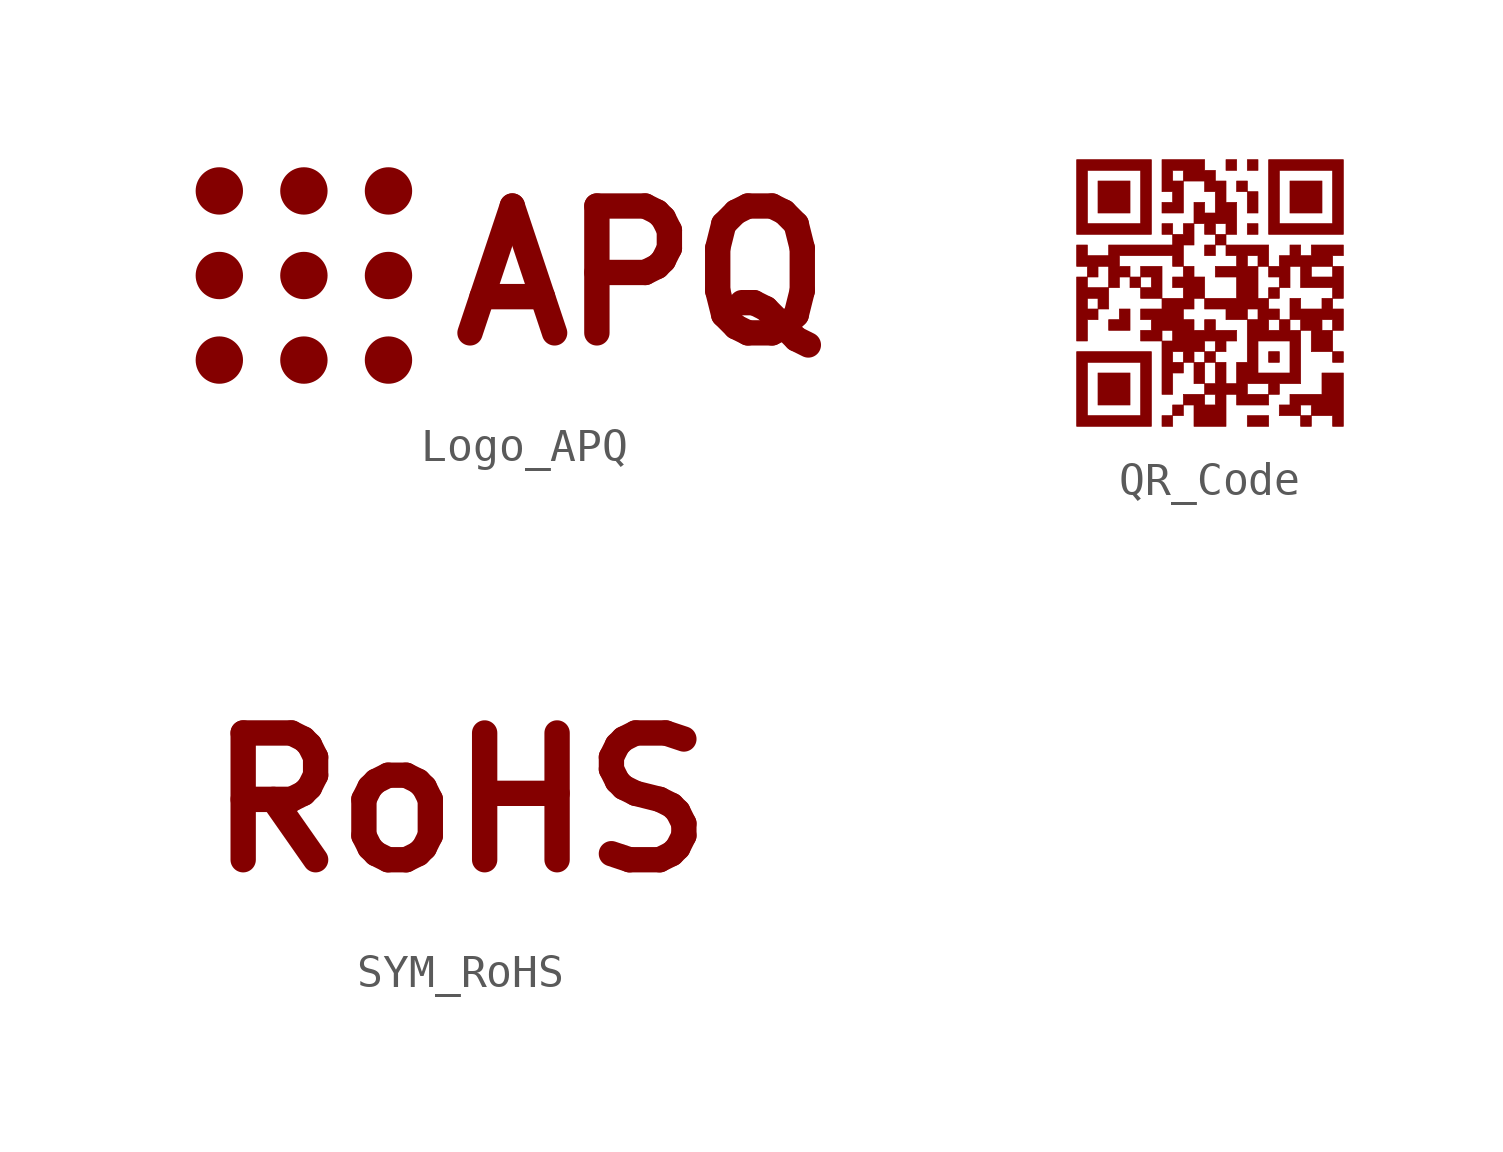
<source format=kicad_sym>
(kicad_symbol_lib
  (version 20220914)
  (generator kicad_symbol_editor)
  (symbol "Logo_APQ"
    (pin_names
      (offset 1.016))
    (property "Reference" "#SYM"
      (at 0 6.35 0)
      (effects (font (size 1.27 1.27)) hide))
    (symbol "Logo_APQ_0_0"
      (text "APQ" (at 3.81 0 0) (effects (font (size 3.81 3.81) bold))))
    (symbol "Logo_APQ_0_1"
      (circle (center -8.89 0) (radius 0.635) (stroke (width 0) (type default)) (fill (type outline)))
      (circle (center -8.89 2.54) (radius 0.635) (stroke (width 0) (type default)) (fill (type outline)))
      (circle (center -6.35 0) (radius 0.635) (stroke (width 0) (type default)) (fill (type outline)))
      (circle (center -6.35 2.54) (radius 0.635) (stroke (width 0) (type default)) (fill (type outline)))
      (circle (center -3.81 2.54) (radius 0.635) (stroke (width 0) (type default)) (fill (type outline))))
    (symbol "Logo_APQ_1_1"
      (circle (center -8.89 -2.54) (radius 0.635) (stroke (width 0) (type default)) (fill (type outline)))
      (circle (center -6.35 -2.54) (radius 0.635) (stroke (width 0) (type default)) (fill (type outline)))
      (circle (center -3.81 -2.54) (radius 0.635) (stroke (width 0) (type default)) (fill (type outline)))
      (circle (center -3.81 0) (radius 0.635) (stroke (width 0) (type default)) (fill (type outline)))))
  (symbol "QR_Code"
    (pin_names
      (offset 1.016))
    (property "Reference" "#G"
      (at 0 3.365 0)
      (effects (font (size 1.27 1.27)) hide))
    (symbol "QR_Code_0_0"
      (polyline (pts (xy -2.4 -2.88) (xy -2.4 -2.4) (xy -2.88 -2.4) (xy -3.36 -2.4) (xy -3.36 -2.88) (xy -3.36 -3.36) (xy -2.88 -3.36) (xy -2.4 -3.36) (xy -2.4 -2.88)) (stroke (width 0.01) (type default)) (fill (type outline)))
      (polyline (pts (xy -2.4 2.88) (xy -2.4 3.36) (xy -2.88 3.36) (xy -3.36 3.36) (xy -3.36 2.88) (xy -3.36 2.4) (xy -2.88 2.4) (xy -2.4 2.4) (xy -2.4 2.88)) (stroke (width 0.01) (type default)) (fill (type outline)))
      (polyline (pts (xy -1.12 -3.84) (xy -1.12 -3.68) (xy -1.28 -3.68) (xy -1.44 -3.68) (xy -1.44 -3.84) (xy -1.44 -4) (xy -1.28 -4) (xy -1.12 -4) (xy -1.12 -3.84)) (stroke (width 0.01) (type default)) (fill (type outline)))
      (polyline (pts (xy 0.16 -1.92) (xy 0.16 -1.76) (xy 0 -1.76) (xy -0.16 -1.76) (xy -0.16 -1.92) (xy -0.16 -2.08) (xy 0 -2.08) (xy 0.16 -2.08) (xy 0.16 -1.92)) (stroke (width 0.01) (type default)) (fill (type outline)))
      (polyline (pts (xy 0.16 1.28) (xy 0.16 1.44) (xy 0 1.44) (xy -0.16 1.44) (xy -0.16 1.28) (xy -0.16 1.12) (xy 0 1.12) (xy 0.16 1.12) (xy 0.16 1.28)) (stroke (width 0.01) (type default)) (fill (type outline)))
      (polyline (pts (xy 0.8 3.84) (xy 0.8 4) (xy 0.64 4) (xy 0.48 4) (xy 0.48 3.84) (xy 0.48 3.68) (xy 0.64 3.68) (xy 0.8 3.68) (xy 0.8 3.84)) (stroke (width 0.01) (type default)) (fill (type outline)))
      (polyline (pts (xy 1.44 1.92) (xy 1.44 2.08) (xy 1.28 2.08) (xy 1.12 2.08) (xy 1.12 1.92) (xy 1.12 1.76) (xy 1.28 1.76) (xy 1.44 1.76) (xy 1.44 1.92)) (stroke (width 0.01) (type default)) (fill (type outline)))
      (polyline (pts (xy 1.44 3.84) (xy 1.44 4) (xy 1.28 4) (xy 1.12 4) (xy 1.12 3.84) (xy 1.12 3.68) (xy 1.28 3.68) (xy 1.44 3.68) (xy 1.44 3.84)) (stroke (width 0.01) (type default)) (fill (type outline)))
      (polyline (pts (xy 1.76 -3.84) (xy 1.76 -3.68) (xy 1.44 -3.68) (xy 1.12 -3.68) (xy 1.12 -3.84) (xy 1.12 -4) (xy 1.44 -4) (xy 1.76 -4) (xy 1.76 -3.84)) (stroke (width 0.01) (type default)) (fill (type outline)))
      (polyline (pts (xy 2.08 -1.92) (xy 2.08 -1.76) (xy 1.92 -1.76) (xy 1.76 -1.76) (xy 1.76 -1.92) (xy 1.76 -2.08) (xy 1.92 -2.08) (xy 2.08 -2.08) (xy 2.08 -1.92)) (stroke (width 0.01) (type default)) (fill (type outline)))
      (polyline (pts (xy 2.08 0) (xy 2.08 0.16) (xy 1.92 0.16) (xy 1.76 0.16) (xy 1.76 0) (xy 1.76 -0.16) (xy 1.92 -0.16) (xy 2.08 -0.16) (xy 2.08 0)) (stroke (width 0.01) (type default)) (fill (type outline)))
      (polyline (pts (xy 3.36 2.88) (xy 3.36 3.36) (xy 2.88 3.36) (xy 2.4 3.36) (xy 2.4 2.88) (xy 2.4 2.4) (xy 2.88 2.4) (xy 3.36 2.4) (xy 3.36 2.88)) (stroke (width 0.01) (type default)) (fill (type outline)))
      (polyline (pts (xy -2.4 -0.8) (xy -2.4 -0.48) (xy -2.56 -0.48) (xy -2.72 -0.48) (xy -2.72 -0.64) (xy -2.72 -0.8) (xy -2.88 -0.8) (xy -3.04 -0.8) (xy -3.04 -0.96) (xy -3.04 -1.12) (xy -2.72 -1.12) (xy -2.4 -1.12) (xy -2.4 -0.8)) (stroke (width 0.01) (type default)) (fill (type outline)))
      (polyline (pts (xy 1.44 2.72) (xy 1.44 3.04) (xy 1.28 3.04) (xy 1.12 3.04) (xy 1.12 3.2) (xy 1.12 3.36) (xy 0.96 3.36) (xy 0.8 3.36) (xy 0.8 3.2) (xy 0.8 3.04) (xy 0.96 3.04) (xy 1.12 3.04) (xy 1.12 2.72) (xy 1.12 2.4) (xy 1.28 2.4) (xy 1.44 2.4) (xy 1.44 2.72)) (stroke (width 0.01) (type default)) (fill (type outline)))
      (polyline (pts (xy -1.76 -2.88) (xy -1.76 -1.76) (xy -2.88 -1.76) (xy -4 -1.76) (xy -4 -2.88) (xy -4 -3.68) (xy -3.68 -3.68) (xy -3.68 -2.88) (xy -3.68 -2.08) (xy -2.88 -2.08) (xy -2.08 -2.08) (xy -2.08 -2.88) (xy -2.08 -3.68) (xy -2.88 -3.68) (xy -3.68 -3.68) (xy -4 -3.68) (xy -4 -4) (xy -2.88 -4) (xy -1.76 -4) (xy -1.76 -2.88)) (stroke (width 0.01) (type default)) (fill (type outline)))
      (polyline (pts (xy -1.76 2.88) (xy -1.76 4) (xy -2.88 4) (xy -4 4) (xy -4 2.88) (xy -4 2.08) (xy -3.68 2.08) (xy -3.68 2.88) (xy -3.68 3.68) (xy -2.88 3.68) (xy -2.08 3.68) (xy -2.08 2.88) (xy -2.08 2.08) (xy -2.88 2.08) (xy -3.68 2.08) (xy -4 2.08) (xy -4 1.76) (xy -2.88 1.76) (xy -1.76 1.76) (xy -1.76 2.88)) (stroke (width 0.01) (type default)) (fill (type outline)))
      (polyline (pts (xy 4 2.88) (xy 4 4) (xy 2.88 4) (xy 1.76 4) (xy 1.76 2.88) (xy 1.76 2.08) (xy 2.08 2.08) (xy 2.08 2.88) (xy 2.08 3.68) (xy 2.88 3.68) (xy 3.68 3.68) (xy 3.68 2.88) (xy 3.68 2.08) (xy 2.88 2.08) (xy 2.08 2.08) (xy 1.76 2.08) (xy 1.76 1.76) (xy 2.88 1.76) (xy 4 1.76) (xy 4 2.88)) (stroke (width 0.01) (type default)) (fill (type outline)))
      (polyline (pts (xy -3.68 -1.12) (xy -3.68 -0.8) (xy -3.52 -0.8) (xy -3.36 -0.8) (xy -3.36 -0.64) (xy -3.36 -0.48) (xy -3.52 -0.48) (xy -3.68 -0.48) (xy -3.68 -0.32) (xy -3.68 -0.16) (xy -3.52 -0.16) (xy -3.36 -0.16) (xy -3.36 -0.32) (xy -3.36 -0.48) (xy -3.2 -0.48) (xy -3.04 -0.48) (xy -3.04 -0.16) (xy -3.04 0.16) (xy -3.36 0.16) (xy -3.68 0.16) (xy -3.68 0.32) (xy -3.68 0.48) (xy -3.84 0.48) (xy -4 0.48) (xy -4 -0.48) (xy -4 -1.44) (xy -3.84 -1.44) (xy -3.68 -1.44) (xy -3.68 -1.12)) (stroke (width 0.01) (type default)) (fill (type outline)))
      (polyline (pts (xy 3.04 -3.84) (xy 3.04 -3.68) (xy 3.36 -3.68) (xy 3.68 -3.68) (xy 3.68 -3.84) (xy 3.68 -4) (xy 3.84 -4) (xy 4 -4) (xy 4 -3.2) (xy 4 -2.4) (xy 3.68 -2.4) (xy 3.36 -2.4) (xy 3.36 -2.72) (xy 3.36 -3.04) (xy 2.88 -3.04) (xy 2.4 -3.04) (xy 2.4 -3.2) (xy 2.4 -3.36) (xy 2.24 -3.36) (xy 2.08 -3.36) (xy 2.08 -3.52) (xy 2.08 -3.68) (xy 2.4 -3.68) (xy 2.72 -3.68) (xy 2.72 -3.52) (xy 2.72 -3.36) (xy 2.88 -3.36) (xy 3.04 -3.36) (xy 3.04 -3.52) (xy 3.04 -3.68) (xy 2.88 -3.68) (xy 2.72 -3.68) (xy 2.72 -3.84) (xy 2.72 -4) (xy 2.88 -4) (xy 3.04 -4) (xy 3.04 -3.84)) (stroke (width 0.01) (type default)) (fill (type outline)))
      (polyline (pts (xy 0.48 -3.52) (xy 0.48 -3.04) (xy 0.64 -3.04) (xy 0.8 -3.04) (xy 0.8 -3.2) (xy 0.8 -3.36) (xy 1.28 -3.36) (xy 1.76 -3.36) (xy 1.76 -3.2) (xy 1.76 -3.04) (xy 1.44 -3.04) (xy 1.12 -3.04) (xy 1.12 -2.88) (xy 1.12 -2.72) (xy 1.44 -2.72) (xy 1.76 -2.72) (xy 1.76 -2.88) (xy 1.76 -3.04) (xy 1.92 -3.04) (xy 2.08 -3.04) (xy 2.08 -2.88) (xy 2.08 -2.72) (xy 2.4 -2.72) (xy 2.72 -2.72) (xy 2.72 -1.92) (xy 2.72 -1.12) (xy 2.88 -1.12) (xy 3.04 -1.12) (xy 3.04 -1.44) (xy 3.04 -1.76) (xy 3.36 -1.76) (xy 3.68 -1.76) (xy 3.68 -1.92) (xy 3.68 -2.08) (xy 3.84 -2.08) (xy 4 -2.08) (xy 4 -1.92) (xy 4 -1.76) (xy 3.84 -1.76) (xy 3.68 -1.76) (xy 3.68 -1.44) (xy 3.68 -1.12) (xy 3.52 -1.12) (xy 3.36 -1.12) (xy 3.36 -0.96) (xy 3.36 -0.8) (xy 3.52 -0.8) (xy 3.68 -0.8) (xy 3.68 -0.96) (xy 3.68 -1.12) (xy 3.84 -1.12) (xy 4 -1.12) (xy 4 -0.8) (xy 4 -0.48) (xy 3.84 -0.48) (xy 3.68 -0.48) (xy 3.68 -0.32) (xy 3.68 -0.16) (xy 3.52 -0.16) (xy 3.36 -0.16) (xy 3.36 -0.32) (xy 3.36 -0.48) (xy 3.04 -0.48) (xy 2.72 -0.48) (xy 2.72 -0.32) (xy 2.72 -0.16) (xy 2.56 -0.16) (xy 2.4 -0.16) (xy 2.4 -0.48) (xy 2.4 -0.8) (xy 2.56 -0.8) (xy 2.72 -0.8) (xy 2.72 -0.96) (xy 2.72 -1.12) (xy 2.56 -1.12) (xy 2.4 -1.12) (xy 2.4 -0.96) (xy 2.4 -0.8) (xy 2.24 -0.8) (xy 2.08 -0.8) (xy 2.08 -0.96) (xy 2.08 -1.12) (xy 1.92 -1.12) (xy 1.76 -1.12) (xy 1.76 -0.96) (xy 1.76 -0.8) (xy 1.92 -0.8) (xy 2.08 -0.8) (xy 2.08 -0.64) (xy 2.08 -0.48) (xy 1.92 -0.48) (xy 1.76 -0.48) (xy 1.76 -0.32) (xy 1.76 -0.16) (xy 1.6 -0.16) (xy 1.44 -0.16) (xy 1.44 0.32) (xy 1.44 0.8) (xy 1.28 0.8) (xy 1.12 0.8) (xy 1.12 0.96) (xy 1.12 1.12) (xy 1.28 1.12) (xy 1.44 1.12) (xy 1.44 0.96) (xy 1.44 0.8) (xy 1.6 0.8) (xy 1.76 0.8) (xy 1.76 0.64) (xy 1.76 0.48) (xy 1.92 0.48) (xy 2.08 0.48) (xy 2.08 0.32) (xy 2.08 0.16) (xy 2.24 0.16) (xy 2.4 0.16) (xy 2.4 0.48) (xy 2.4 0.8) (xy 2.56 0.8) (xy 2.72 0.8) (xy 2.72 0.48) (xy 3.04 0.48) (xy 3.04 0.64) (xy 3.04 0.8) (xy 3.36 0.8) (xy 3.68 0.8) (xy 3.68 0.64) (xy 3.68 0.48) (xy 3.36 0.48) (xy 3.04 0.48) (xy 2.72 0.48) (xy 2.72 0.16) (xy 3.2 0.16) (xy 3.68 0.16) (xy 3.68 0) (xy 3.68 -0.16) (xy 3.84 -0.16) (xy 4 -0.16) (xy 4 0.32) (xy 4 0.8) (xy 3.84 0.8) (xy 3.68 0.8) (xy 3.68 0.96) (xy 3.68 1.12) (xy 3.84 1.12) (xy 4 1.12) (xy 4 1.28) (xy 4 1.44) (xy 3.52 1.44) (xy 3.04 1.44) (xy 3.04 1.28) (xy 3.04 1.12) (xy 2.88 1.12) (xy 2.72 1.12) (xy 2.72 1.28) (xy 2.72 1.44) (xy 2.56 1.44) (xy 2.4 1.44) (xy 2.4 1.28) (xy 2.4 1.12) (xy 2.24 1.12) (xy 2.08 1.12) (xy 2.08 0.96) (xy 2.08 0.8) (xy 1.92 0.8) (xy 1.76 0.8) (xy 1.76 1.12) (xy 1.76 1.44) (xy 1.12 1.44) (xy 0.48 1.44) (xy 0.48 1.6) (xy 0.48 1.76) (xy 0.32 1.76) (xy 0.16 1.76) (xy 0.16 1.92) (xy 0.16 2.08) (xy 0.32 2.08) (xy 0.48 2.08) (xy 0.48 1.92) (xy 0.48 1.76) (xy 0.64 1.76) (xy 0.8 1.76) (xy 0.8 2.24) (xy 0.8 2.72) (xy 0.64 2.72) (xy 0.48 2.72) (xy 0.48 3.04) (xy 0.48 3.36) (xy 0.32 3.36) (xy 0.16 3.36) (xy 0.16 3.52) (xy 0.16 3.68) (xy 0 3.68) (xy -0.16 3.68) (xy -0.16 3.84) (xy -0.16 4) (xy -0.8 4) (xy -1.44 4) (xy -1.44 3.52) (xy -1.44 3.36) (xy -1.12 3.36) (xy -1.12 3.52) (xy -1.12 3.68) (xy -0.96 3.68) (xy -0.8 3.68) (xy -0.8 3.52) (xy -0.8 3.36) (xy -0.96 3.36) (xy -1.12 3.36) (xy -1.44 3.36) (xy -1.44 3.04) (xy -1.28 3.04) (xy -1.12 3.04) (xy -1.12 2.88) (xy -1.12 2.72) (xy -1.28 2.72) (xy -1.44 2.72) (xy -1.44 2.56) (xy -1.44 2.4) (xy -1.12 2.4) (xy -0.8 2.4) (xy -0.8 2.88) (xy -0.8 3.36) (xy -0.48 3.36) (xy -0.16 3.36) (xy -0.16 3.2) (xy -0.16 3.04) (xy 0 3.04) (xy 0.16 3.04) (xy 0.16 2.72) (xy 0.16 2.4) (xy 0 2.4) (xy -0.16 2.4) (xy -0.16 2.56) (xy -0.16 2.72) (xy -0.32 2.72) (xy -0.48 2.72) (xy -0.48 2.4) (xy -0.48 2.08) (xy -0.64 2.08) (xy -0.8 2.08) (xy -0.8 1.92) (xy -0.8 1.76) (xy -0.96 1.76) (xy -1.12 1.76) (xy -1.12 1.92) (xy -1.12 2.08) (xy -1.28 2.08) (xy -1.44 2.08) (xy -1.44 1.92) (xy -1.44 1.76) (xy -1.28 1.76) (xy -1.12 1.76) (xy -1.12 1.6) (xy -1.12 1.44) (xy -2.08 1.44) (xy -3.04 1.44) (xy -3.04 1.28) (xy -3.04 1.12) (xy -2.72 1.12) (xy -1.92 1.12) (xy -1.12 1.12) (xy -1.12 0.96) (xy -1.12 0.8) (xy -0.96 0.8) (xy -0.8 0.8) (xy -0.8 1.12) (xy -0.8 1.44) (xy -0.64 1.44) (xy -0.48 1.44) (xy -0.48 1.76) (xy -0.48 2.08) (xy -0.32 2.08) (xy -0.16 2.08) (xy -0.16 1.92) (xy -0.16 1.76) (xy 0 1.76) (xy 0.16 1.76) (xy 0.16 1.6) (xy 0.16 1.44) (xy 0.32 1.44) (xy 0.48 1.44) (xy 0.48 1.28) (xy 0.48 1.12) (xy 0.64 1.12) (xy 0.8 1.12) (xy 0.8 0.96) (xy 0.8 0.8) (xy 0.48 0.8) (xy 0.16 0.8) (xy 0.16 0.64) (xy 0.16 0.48) (xy 0.48 0.48) (xy 0.8 0.48) (xy 0.8 0.16) (xy 0.8 -0.16) (xy 0.32 -0.16) (xy -0.16 -0.16) (xy -0.16 0.16) (xy -0.16 0.48) (xy -0.32 0.48) (xy -0.48 0.48) (xy -0.48 0.64) (xy -0.48 0.8) (xy -0.64 0.8) (xy -0.8 0.8) (xy -0.8 0.64) (xy -0.8 0.48) (xy -0.96 0.48) (xy -1.12 0.48) (xy -1.12 0.32) (xy -1.12 0.16) (xy -0.96 0.16) (xy -0.8 0.16) (xy -0.8 0) (xy -0.8 -0.16) (xy -1.12 -0.16) (xy -1.44 -0.16) (xy -1.44 0.32) (xy -1.44 0.8) (xy -1.76 0.8) (xy -2.08 0.8) (xy -2.08 0.64) (xy -2.08 0.48) (xy -1.92 0.48) (xy -1.76 0.48) (xy -1.76 0.32) (xy -1.76 0.16) (xy -1.92 0.16) (xy -2.08 0.16) (xy -2.08 0.32) (xy -2.08 0.48) (xy -2.24 0.48) (xy -2.4 0.48) (xy -2.4 0.64) (xy -2.4 0.8) (xy -2.56 0.8) (xy -2.72 0.8) (xy -2.72 0.96) (xy -2.72 1.12) (xy -3.04 1.12) (xy -3.36 1.12) (xy -3.68 1.12) (xy -3.68 1.28) (xy -3.68 1.44) (xy -3.84 1.44) (xy -4 1.44) (xy -4 1.12) (xy -4 0.8) (xy -3.84 0.8) (xy -3.68 0.8) (xy -3.68 0.64) (xy -3.68 0.48) (xy -3.52 0.48) (xy -3.36 0.48) (xy -3.36 0.64) (xy -3.36 0.8) (xy -3.2 0.8) (xy -3.04 0.8) (xy -3.04 0.48) (xy -3.04 0.16) (xy -2.88 0.16) (xy -2.72 0.16) (xy -2.72 0.32) (xy -2.72 0.48) (xy -2.56 0.48) (xy -2.4 0.48) (xy -2.4 0.32) (xy -2.4 0.16) (xy -2.24 0.16) (xy -2.08 0.16) (xy -2.08 0) (xy -2.08 -0.16) (xy -1.76 -0.16) (xy -1.44 -0.16) (xy -1.44 -0.32) (xy -1.44 -0.48) (xy -0.8 -0.48) (xy -0.64 -0.48) (xy -0.48 -0.48) (xy -0.48 -0.32) (xy -0.48 -0.16) (xy -0.32 -0.16) (xy -0.16 -0.16) (xy -0.16 -0.32) (xy -0.16 -0.48) (xy 0.16 -0.48) (xy 0.48 -0.48) (xy 0.48 -0.64) (xy 0.48 -0.8) (xy 0.8 -0.8) (xy 1.12 -0.8) (xy 1.12 -0.64) (xy 1.12 -0.48) (xy 1.28 -0.48) (xy 1.44 -0.48) (xy 1.44 -0.64) (xy 1.44 -0.8) (xy 1.28 -0.8) (xy 1.12 -0.8) (xy 1.12 -1.44) (xy 1.12 -2.08) (xy 0.96 -2.08) (xy 0.8 -2.08) (xy 0.8 -2.4) (xy 1.44 -2.4) (xy 1.44 -1.92) (xy 1.44 -1.44) (xy 1.92 -1.44) (xy 2.4 -1.44) (xy 2.4 -1.92) (xy 2.4 -2.4) (xy 1.92 -2.4) (xy 1.44 -2.4) (xy 0.8 -2.4) (xy 0.8 -2.72) (xy 0.64 -2.72) (xy 0.48 -2.72) (xy 0.48 -2.4) (xy 0.48 -2.08) (xy 0.32 -2.08) (xy 0.16 -2.08) (xy 0.16 -2.4) (xy 0.16 -2.72) (xy 0 -2.72) (xy -0.16 -2.72) (xy -0.16 -2.4) (xy -0.16 -2.08) (xy -0.32 -2.08) (xy -0.48 -2.08) (xy -0.48 -1.92) (xy -0.48 -1.76) (xy -0.32 -1.76) (xy -0.16 -1.76) (xy -0.16 -1.6) (xy -0.16 -1.44) (xy 0 -1.44) (xy 0.16 -1.44) (xy 0.16 -1.6) (xy 0.16 -1.76) (xy 0.32 -1.76) (xy 0.48 -1.76) (xy 0.48 -1.6) (xy 0.48 -1.44) (xy 0.64 -1.44) (xy 0.8 -1.44) (xy 0.8 -1.28) (xy 0.8 -1.12) (xy 0.48 -1.12) (xy 0.16 -1.12) (xy 0.16 -0.96) (xy 0.16 -0.8) (xy 0 -0.8) (xy -0.16 -0.8) (xy -0.16 -0.96) (xy -0.16 -1.12) (xy -0.32 -1.12) (xy -0.48 -1.12) (xy -0.48 -0.96) (xy -0.48 -0.8) (xy -0.64 -0.8) (xy -0.8 -0.8) (xy -0.8 -0.64) (xy -0.8 -0.48) (xy -1.44 -0.48) (xy -1.76 -0.48) (xy -2.08 -0.48) (xy -2.08 -0.64) (xy -2.08 -0.8) (xy -1.92 -0.8) (xy -1.76 -0.8) (xy -1.76 -0.96) (xy -1.76 -1.12) (xy -1.92 -1.12) (xy -2.08 -1.12) (xy -2.08 -1.28) (xy -2.08 -1.44) (xy -1.76 -1.44) (xy -1.44 -1.44) (xy -1.44 -1.28) (xy -1.44 -1.12) (xy -1.28 -1.12) (xy -1.12 -1.12) (xy -1.12 -1.28) (xy -1.12 -1.44) (xy -1.28 -1.44) (xy -1.44 -1.44) (xy -1.44 -2.08) (xy -1.12 -2.08) (xy -1.12 -1.92) (xy -1.12 -1.76) (xy -0.96 -1.76) (xy -0.8 -1.76) (xy -0.8 -1.92) (xy -0.8 -2.08) (xy -0.96 -2.08) (xy -1.12 -2.08) (xy -1.44 -2.08) (xy -1.44 -2.24) (xy -1.44 -3.04) (xy -1.28 -3.04) (xy -1.12 -3.04) (xy -1.12 -2.72) (xy -1.12 -2.4) (xy -0.96 -2.4) (xy -0.8 -2.4) (xy -0.8 -2.24) (xy -0.8 -2.08) (xy -0.64 -2.08) (xy -0.48 -2.08) (xy -0.48 -2.4) (xy -0.48 -2.72) (xy -0.32 -2.72) (xy -0.16 -2.72) (xy -0.16 -2.88) (xy -0.16 -3.04) (xy -0.48 -3.04) (xy -0.8 -3.04) (xy -0.8 -3.2) (xy -0.8 -3.36) (xy -0.96 -3.36) (xy -1.12 -3.36) (xy -1.12 -3.52) (xy -1.12 -3.68) (xy -0.96 -3.68) (xy -0.8 -3.68) (xy -0.8 -3.52) (xy -0.8 -3.36) (xy -0.64 -3.36) (xy -0.48 -3.36) (xy -0.16 -3.36) (xy -0.16 -3.2) (xy -0.16 -3.04) (xy 0 -3.04) (xy 0.16 -3.04) (xy 0.16 -3.2) (xy 0.16 -3.36) (xy 0 -3.36) (xy -0.16 -3.36) (xy -0.48 -3.36) (xy -0.48 -3.68) (xy -0.48 -4) (xy 0 -4) (xy 0.48 -4) (xy 0.48 -3.52)) (stroke (width 0.01) (type default)) (fill (type outline)))))
  (symbol "SYM_RoHS"
    (property "Reference" "#SYM"
      (at 0 6.35 0)
      (effects (font (size 1.27 1.27)) hide))
    (symbol "SYM_RoHS_1_0"
      (text "RoHS" (at 0 0 0) (effects (font (size 3.81 3.81) bold))))))
</source>
